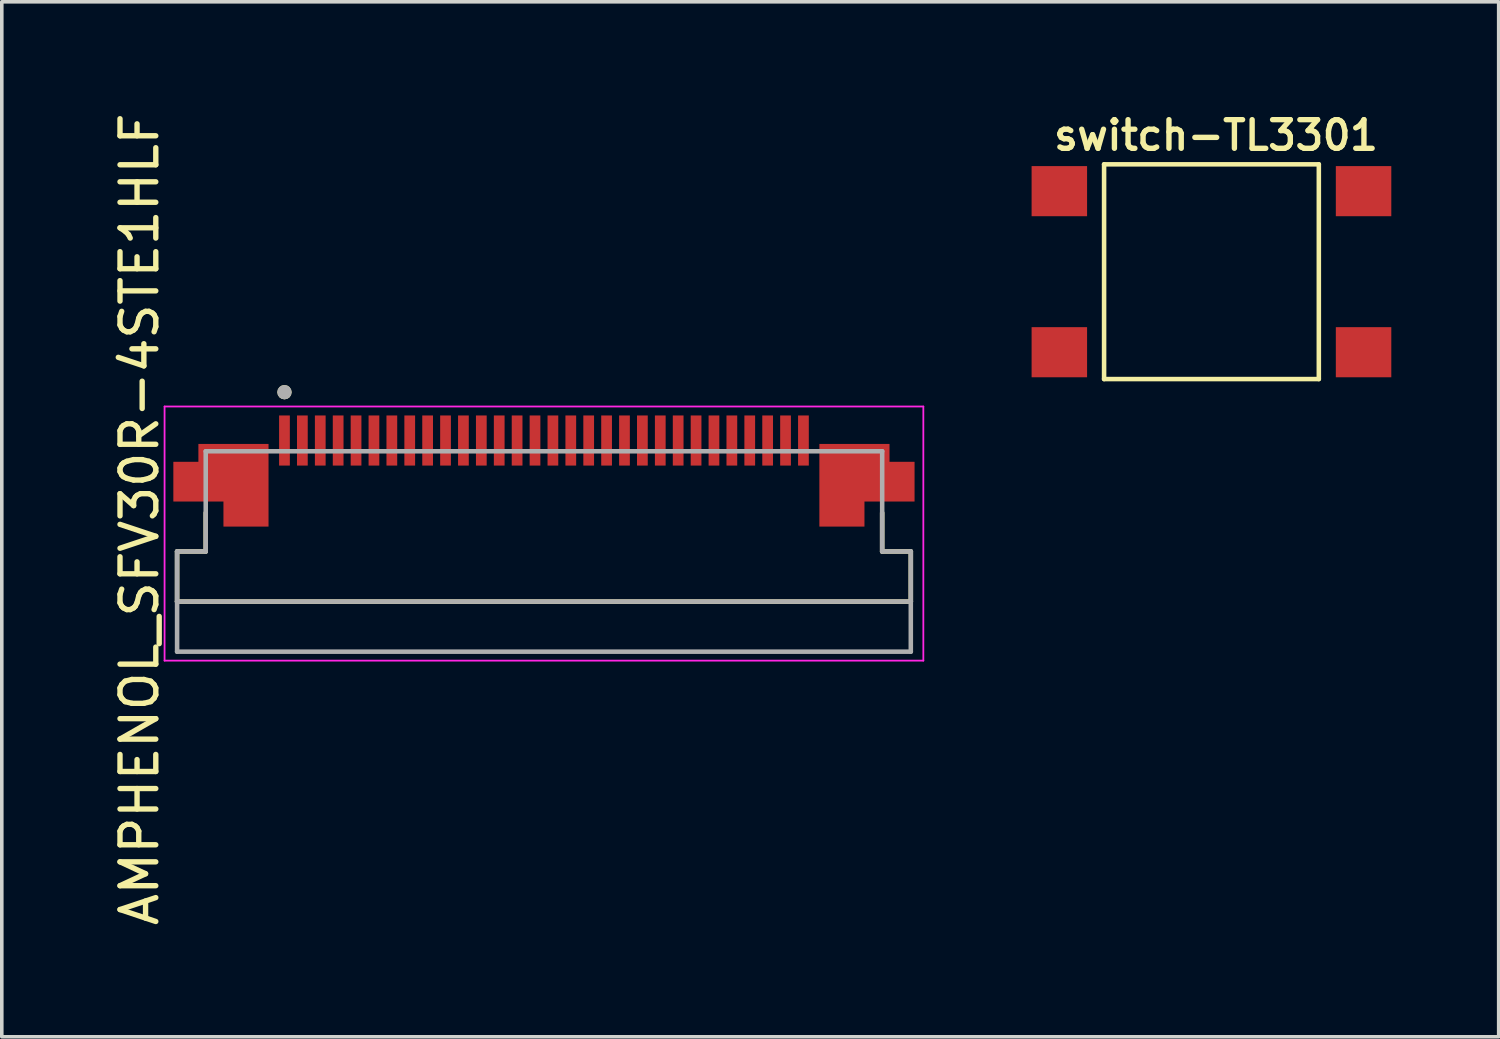
<source format=kicad_pcb>
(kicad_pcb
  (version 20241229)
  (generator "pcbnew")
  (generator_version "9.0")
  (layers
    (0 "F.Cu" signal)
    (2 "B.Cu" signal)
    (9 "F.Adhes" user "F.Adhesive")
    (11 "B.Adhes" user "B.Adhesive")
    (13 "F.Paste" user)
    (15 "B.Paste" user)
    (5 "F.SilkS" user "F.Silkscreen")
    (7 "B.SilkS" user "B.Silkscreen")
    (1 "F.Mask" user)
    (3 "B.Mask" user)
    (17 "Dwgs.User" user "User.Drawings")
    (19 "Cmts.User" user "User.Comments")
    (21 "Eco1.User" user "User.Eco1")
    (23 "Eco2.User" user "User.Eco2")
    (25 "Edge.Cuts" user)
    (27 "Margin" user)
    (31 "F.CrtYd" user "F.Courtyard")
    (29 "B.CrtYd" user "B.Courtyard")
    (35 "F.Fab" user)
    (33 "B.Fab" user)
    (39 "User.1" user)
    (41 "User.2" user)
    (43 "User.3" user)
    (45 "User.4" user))
  (footprint "AMPHENOL_SFV30R-4STE1HLF"
    (layer "F.Cu")
    (at 12.148 11.658)
    (property "Reference" "AMPHENOL_SFV30R-4STE1HLF" (at -11.3 -0.2 90) (layer "F.SilkS") (effects (font (size 1 1) (thickness 0.15))))
    (attr smd)
    (fp_poly (pts (xy -7.6 -2.4) (xy -7.6 0.1) (xy -9.05 0.1) (xy -9.05 -0.6) (xy -10.45 -0.6) (xy -10.45 -1.9) (xy -9.75 -1.9) (xy -9.75 -2.4)) (stroke (width 0.01) (type solid)) (fill yes) (layer "F.Mask"))
    (fp_poly (pts (xy 7.6 -2.4) (xy 7.6 0.1) (xy 9.05 0.1) (xy 9.05 -0.6) (xy 10.45 -0.6) (xy 10.45 -1.9) (xy 9.75 -1.9) (xy 9.75 -2.4)) (stroke (width 0.01) (type solid)) (fill yes) (layer "F.Mask"))
    (fp_line (start -10.25 0.7) (end -10.25 2.1) (stroke (width 0.127) (type solid)) (layer "F.SilkS"))
    (fp_line (start -10.25 0.7) (end -9.45 0.7) (stroke (width 0.127) (type solid)) (layer "F.SilkS"))
    (fp_line (start -10.25 2.1) (end 10.25 2.1) (stroke (width 0.127) (type solid)) (layer "F.SilkS"))
    (fp_line (start -9.45 0.7) (end -9.45 -0.38) (stroke (width 0.127) (type solid)) (layer "F.SilkS"))
    (fp_line (start 9.45 0.7) (end 9.45 -0.38) (stroke (width 0.127) (type solid)) (layer "F.SilkS"))
    (fp_line (start 10.25 0.7) (end 9.45 0.7) (stroke (width 0.127) (type solid)) (layer "F.SilkS"))
    (fp_line (start 10.25 2.1) (end 10.25 0.7) (stroke (width 0.127) (type solid)) (layer "F.SilkS"))
    (fp_circle (center -7.25 -3.75) (end -7.15 -3.75) (stroke (width 0.2) (type solid)) (fill no) (layer "F.SilkS"))
    (fp_poly (pts (xy -7.7 -2.3) (xy -7.7 0) (xy -8.95 0) (xy -8.95 -0.7) (xy -10.35 -0.7) (xy -10.35 -1.8) (xy -9.65 -1.8) (xy -9.65 -2.3)) (stroke (width 0.01) (type solid)) (fill yes) (layer "F.Paste"))
    (fp_poly (pts (xy 7.7 -2.3) (xy 7.7 0) (xy 8.95 0) (xy 8.95 -0.7) (xy 10.35 -0.7) (xy 10.35 -1.8) (xy 9.65 -1.8) (xy 9.65 -2.3)) (stroke (width 0.01) (type solid)) (fill yes) (layer "F.Paste"))
    (fp_line (start -10.6 -3.35) (end -10.6 3.75) (stroke (width 0.05) (type solid)) (layer "F.CrtYd"))
    (fp_line (start -10.6 3.75) (end 10.6 3.75) (stroke (width 0.05) (type solid)) (layer "F.CrtYd"))
    (fp_line (start 10.6 -3.35) (end -10.6 -3.35) (stroke (width 0.05) (type solid)) (layer "F.CrtYd"))
    (fp_line (start 10.6 3.75) (end 10.6 -3.35) (stroke (width 0.05) (type solid)) (layer "F.CrtYd"))
    (fp_line (start -10.25 0.7) (end -9.45 0.7) (stroke (width 0.127) (type solid)) (layer "F.Fab"))
    (fp_line (start -10.25 2.1) (end -10.25 0.7) (stroke (width 0.127) (type solid)) (layer "F.Fab"))
    (fp_line (start -10.25 3.5) (end -10.25 2.1) (stroke (width 0.127) (type solid)) (layer "F.Fab"))
    (fp_line (start -9.45 -2.1) (end 9.45 -2.1) (stroke (width 0.127) (type solid)) (layer "F.Fab"))
    (fp_line (start -9.45 0.7) (end -9.45 -2.1) (stroke (width 0.127) (type solid)) (layer "F.Fab"))
    (fp_line (start 9.45 -2.1) (end 9.45 0.7) (stroke (width 0.127) (type solid)) (layer "F.Fab"))
    (fp_line (start 9.45 0.7) (end 10.25 0.7) (stroke (width 0.127) (type solid)) (layer "F.Fab"))
    (fp_line (start 10.25 0.7) (end 10.25 2.1) (stroke (width 0.127) (type solid)) (layer "F.Fab"))
    (fp_line (start 10.25 2.1) (end -10.25 2.1) (stroke (width 0.127) (type solid)) (layer "F.Fab"))
    (fp_line (start 10.25 2.1) (end 10.25 3.5) (stroke (width 0.127) (type solid)) (layer "F.Fab"))
    (fp_line (start 10.25 3.5) (end -10.25 3.5) (stroke (width 0.127) (type solid)) (layer "F.Fab"))
    (fp_circle (center -7.25 -3.75) (end -7.15 -3.75) (stroke (width 0.2) (type solid)) (fill no) (layer "F.Fab"))
    (pad "1" smd rect (at -7.25 -2.4) (size 0.3 1.4) (layers "F.Cu" "F.Mask" "F.Paste"))
    (pad "2" smd rect (at -6.75 -2.4) (size 0.3 1.4) (layers "F.Cu" "F.Mask" "F.Paste"))
    (pad "3" smd rect (at -6.25 -2.4) (size 0.3 1.4) (layers "F.Cu" "F.Mask" "F.Paste"))
    (pad "4" smd rect (at -5.75 -2.4) (size 0.3 1.4) (layers "F.Cu" "F.Mask" "F.Paste"))
    (pad "5" smd rect (at -5.25 -2.4) (size 0.3 1.4) (layers "F.Cu" "F.Mask" "F.Paste"))
    (pad "6" smd rect (at -4.75 -2.4) (size 0.3 1.4) (layers "F.Cu" "F.Mask" "F.Paste"))
    (pad "7" smd rect (at -4.25 -2.4) (size 0.3 1.4) (layers "F.Cu" "F.Mask" "F.Paste"))
    (pad "8" smd rect (at -3.75 -2.4) (size 0.3 1.4) (layers "F.Cu" "F.Mask" "F.Paste"))
    (pad "9" smd rect (at -3.25 -2.4) (size 0.3 1.4) (layers "F.Cu" "F.Mask" "F.Paste"))
    (pad "10" smd rect (at -2.75 -2.4) (size 0.3 1.4) (layers "F.Cu" "F.Mask" "F.Paste"))
    (pad "11" smd rect (at -2.25 -2.4) (size 0.3 1.4) (layers "F.Cu" "F.Mask" "F.Paste"))
    (pad "12" smd rect (at -1.75 -2.4) (size 0.3 1.4) (layers "F.Cu" "F.Mask" "F.Paste"))
    (pad "13" smd rect (at -1.25 -2.4) (size 0.3 1.4) (layers "F.Cu" "F.Mask" "F.Paste"))
    (pad "14" smd rect (at -0.75 -2.4) (size 0.3 1.4) (layers "F.Cu" "F.Mask" "F.Paste"))
    (pad "15" smd rect (at -0.25 -2.4) (size 0.3 1.4) (layers "F.Cu" "F.Mask" "F.Paste"))
    (pad "16" smd rect (at 0.25 -2.4) (size 0.3 1.4) (layers "F.Cu" "F.Mask" "F.Paste"))
    (pad "17" smd rect (at 0.75 -2.4) (size 0.3 1.4) (layers "F.Cu" "F.Mask" "F.Paste"))
    (pad "18" smd rect (at 1.25 -2.4) (size 0.3 1.4) (layers "F.Cu" "F.Mask" "F.Paste"))
    (pad "19" smd rect (at 1.75 -2.4) (size 0.3 1.4) (layers "F.Cu" "F.Mask" "F.Paste"))
    (pad "20" smd rect (at 2.25 -2.4) (size 0.3 1.4) (layers "F.Cu" "F.Mask" "F.Paste"))
    (pad "21" smd rect (at 2.75 -2.4) (size 0.3 1.4) (layers "F.Cu" "F.Mask" "F.Paste"))
    (pad "22" smd rect (at 3.25 -2.4) (size 0.3 1.4) (layers "F.Cu" "F.Mask" "F.Paste"))
    (pad "23" smd rect (at 3.75 -2.4) (size 0.3 1.4) (layers "F.Cu" "F.Mask" "F.Paste"))
    (pad "24" smd rect (at 4.25 -2.4) (size 0.3 1.4) (layers "F.Cu" "F.Mask" "F.Paste"))
    (pad "25" smd rect (at 4.75 -2.4) (size 0.3 1.4) (layers "F.Cu" "F.Mask" "F.Paste"))
    (pad "26" smd rect (at 5.25 -2.4) (size 0.3 1.4) (layers "F.Cu" "F.Mask" "F.Paste"))
    (pad "27" smd rect (at 5.75 -2.4) (size 0.3 1.4) (layers "F.Cu" "F.Mask" "F.Paste"))
    (pad "28" smd rect (at 6.25 -2.4) (size 0.3 1.4) (layers "F.Cu" "F.Mask" "F.Paste"))
    (pad "29" smd rect (at 6.75 -2.4) (size 0.3 1.4) (layers "F.Cu" "F.Mask" "F.Paste"))
    (pad "30" smd rect (at 7.25 -2.4) (size 0.3 1.4) (layers "F.Cu" "F.Mask" "F.Paste"))
    (pad "SH1" smd custom (at -8.675 -1.5) (size 1 1) (layers "F.Cu") (options (anchor rect)) (primitives (gr_poly (pts (xy 0.975 -0.8) (xy 0.975 1.5) (xy -0.275 1.5) (xy -0.275 0.8) (xy -1.675 0.8) (xy -1.675 -0.3) (xy -0.975 -0.3) (xy -0.975 -0.8)) (width 0.01) (fill yes))))
    (pad "SH2" smd custom (at 8.675 -1.5) (size 1 1) (layers "F.Cu") (options (anchor rect)) (primitives (gr_poly (pts (xy -0.975 -0.8) (xy -0.975 1.5) (xy 0.275 1.5) (xy 0.275 0.8) (xy 1.675 0.8) (xy 1.675 -0.3) (xy 0.975 -0.3) (xy 0.975 -0.8)) (width 0.01) (fill yes)))))
  (footprint "switch-TL3301"
    (layer "F.Cu")
    (at 30.798 4.541)
    (property "Reference" "switch-TL3301" (at 0.127 -3.81 0) (layer "F.SilkS") (effects (font (size 0.8 0.8) (thickness 0.15))))
    (attr smd)
    (fp_line (start -3 -3) (end -3 3) (stroke (width 0.127) (type solid)) (layer "F.SilkS"))
    (fp_line (start -3 -3) (end 3 -3) (stroke (width 0.127) (type solid)) (layer "F.SilkS"))
    (fp_line (start -3 3) (end 3 3) (stroke (width 0.127) (type solid)) (layer "F.SilkS"))
    (fp_line (start 3 -3) (end 3 3) (stroke (width 0.127) (type solid)) (layer "F.SilkS"))
    (pad "1" smd rect (at -4.25 -2.25) (size 1.55 1.4) (layers "F.Cu" "F.Mask" "F.Paste"))
    (pad "2" smd rect (at 4.25 2.25) (size 1.55 1.4) (layers "F.Cu" "F.Mask" "F.Paste"))
    (pad "3" smd rect (at 4.25 -2.25) (size 1.55 1.4) (layers "F.Cu" "F.Mask" "F.Paste"))
    (pad "4" smd rect (at -4.25 2.25) (size 1.55 1.4) (layers "F.Cu" "F.Mask" "F.Paste")))
  (gr_rect
    (start -3 -3)
    (end 38.823 25.917)
    (stroke (width 0.1) (type default))
    (fill no)
    (layer "Edge.Cuts")))
</source>
